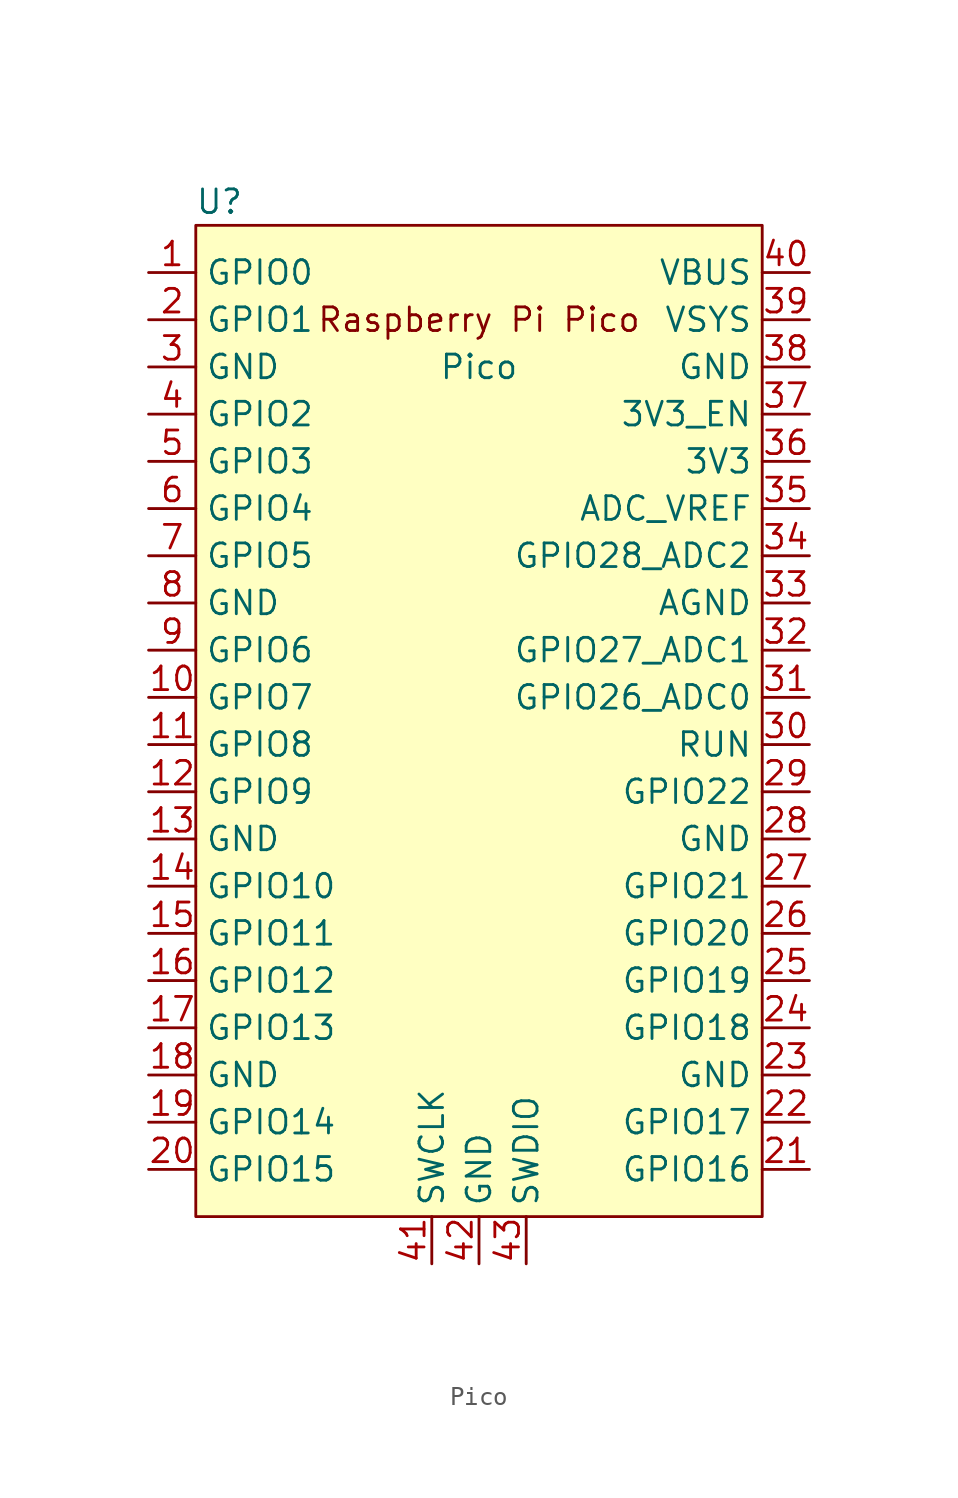
<source format=kicad_sym>
(kicad_symbol_lib
  (version 20220914)
  (generator kicad_symbol_editor)
  (symbol "Pico"
    (property "Reference" "U"
      (at -13.97 27.94 0)
      (effects (font (size 1.27 1.27))))
    (property "Value" "Pico"
      (at 0 19.05 0)
      (effects (font (size 1.27 1.27))))
    (symbol "Pico_0_0"
      (text "Raspberry Pi Pico" (at 0 21.59 0) (effects (font (size 1.27 1.27)))))
    (symbol "Pico_0_1"
      (rectangle (start -15.24 26.67) (end 15.24 -26.67) (stroke (width 0) (type default)) (fill (type background))))
    (symbol "Pico_1_1"
      (pin bidirectional line (at -17.78 24.13 0) (length 2.54) (name "GPIO0" (effects (font (size 1.27 1.27)))) (number "1" (effects (font (size 1.27 1.27)))))
      (pin bidirectional line (at -17.78 1.27 0) (length 2.54) (name "GPIO7" (effects (font (size 1.27 1.27)))) (number "10" (effects (font (size 1.27 1.27)))))
      (pin bidirectional line (at -17.78 -1.27 0) (length 2.54) (name "GPIO8" (effects (font (size 1.27 1.27)))) (number "11" (effects (font (size 1.27 1.27)))))
      (pin bidirectional line (at -17.78 -3.81 0) (length 2.54) (name "GPIO9" (effects (font (size 1.27 1.27)))) (number "12" (effects (font (size 1.27 1.27)))))
      (pin power_in line (at -17.78 -6.35 0) (length 2.54) (name "GND" (effects (font (size 1.27 1.27)))) (number "13" (effects (font (size 1.27 1.27)))))
      (pin bidirectional line (at -17.78 -8.89 0) (length 2.54) (name "GPIO10" (effects (font (size 1.27 1.27)))) (number "14" (effects (font (size 1.27 1.27)))))
      (pin bidirectional line (at -17.78 -11.43 0) (length 2.54) (name "GPIO11" (effects (font (size 1.27 1.27)))) (number "15" (effects (font (size 1.27 1.27)))))
      (pin bidirectional line (at -17.78 -13.97 0) (length 2.54) (name "GPIO12" (effects (font (size 1.27 1.27)))) (number "16" (effects (font (size 1.27 1.27)))))
      (pin bidirectional line (at -17.78 -16.51 0) (length 2.54) (name "GPIO13" (effects (font (size 1.27 1.27)))) (number "17" (effects (font (size 1.27 1.27)))))
      (pin power_in line (at -17.78 -19.05 0) (length 2.54) (name "GND" (effects (font (size 1.27 1.27)))) (number "18" (effects (font (size 1.27 1.27)))))
      (pin bidirectional line (at -17.78 -21.59 0) (length 2.54) (name "GPIO14" (effects (font (size 1.27 1.27)))) (number "19" (effects (font (size 1.27 1.27)))))
      (pin bidirectional line (at -17.78 21.59 0) (length 2.54) (name "GPIO1" (effects (font (size 1.27 1.27)))) (number "2" (effects (font (size 1.27 1.27)))))
      (pin bidirectional line (at -17.78 -24.13 0) (length 2.54) (name "GPIO15" (effects (font (size 1.27 1.27)))) (number "20" (effects (font (size 1.27 1.27)))))
      (pin bidirectional line (at 17.78 -24.13 180) (length 2.54) (name "GPIO16" (effects (font (size 1.27 1.27)))) (number "21" (effects (font (size 1.27 1.27)))))
      (pin bidirectional line (at 17.78 -21.59 180) (length 2.54) (name "GPIO17" (effects (font (size 1.27 1.27)))) (number "22" (effects (font (size 1.27 1.27)))))
      (pin power_in line (at 17.78 -19.05 180) (length 2.54) (name "GND" (effects (font (size 1.27 1.27)))) (number "23" (effects (font (size 1.27 1.27)))))
      (pin bidirectional line (at 17.78 -16.51 180) (length 2.54) (name "GPIO18" (effects (font (size 1.27 1.27)))) (number "24" (effects (font (size 1.27 1.27)))))
      (pin bidirectional line (at 17.78 -13.97 180) (length 2.54) (name "GPIO19" (effects (font (size 1.27 1.27)))) (number "25" (effects (font (size 1.27 1.27)))))
      (pin bidirectional line (at 17.78 -11.43 180) (length 2.54) (name "GPIO20" (effects (font (size 1.27 1.27)))) (number "26" (effects (font (size 1.27 1.27)))))
      (pin bidirectional line (at 17.78 -8.89 180) (length 2.54) (name "GPIO21" (effects (font (size 1.27 1.27)))) (number "27" (effects (font (size 1.27 1.27)))))
      (pin power_in line (at 17.78 -6.35 180) (length 2.54) (name "GND" (effects (font (size 1.27 1.27)))) (number "28" (effects (font (size 1.27 1.27)))))
      (pin bidirectional line (at 17.78 -3.81 180) (length 2.54) (name "GPIO22" (effects (font (size 1.27 1.27)))) (number "29" (effects (font (size 1.27 1.27)))))
      (pin power_in line (at -17.78 19.05 0) (length 2.54) (name "GND" (effects (font (size 1.27 1.27)))) (number "3" (effects (font (size 1.27 1.27)))))
      (pin input line (at 17.78 -1.27 180) (length 2.54) (name "RUN" (effects (font (size 1.27 1.27)))) (number "30" (effects (font (size 1.27 1.27)))))
      (pin bidirectional line (at 17.78 1.27 180) (length 2.54) (name "GPIO26_ADC0" (effects (font (size 1.27 1.27)))) (number "31" (effects (font (size 1.27 1.27)))))
      (pin bidirectional line (at 17.78 3.81 180) (length 2.54) (name "GPIO27_ADC1" (effects (font (size 1.27 1.27)))) (number "32" (effects (font (size 1.27 1.27)))))
      (pin power_in line (at 17.78 6.35 180) (length 2.54) (name "AGND" (effects (font (size 1.27 1.27)))) (number "33" (effects (font (size 1.27 1.27)))))
      (pin bidirectional line (at 17.78 8.89 180) (length 2.54) (name "GPIO28_ADC2" (effects (font (size 1.27 1.27)))) (number "34" (effects (font (size 1.27 1.27)))))
      (pin power_in line (at 17.78 11.43 180) (length 2.54) (name "ADC_VREF" (effects (font (size 1.27 1.27)))) (number "35" (effects (font (size 1.27 1.27)))))
      (pin power_in line (at 17.78 13.97 180) (length 2.54) (name "3V3" (effects (font (size 1.27 1.27)))) (number "36" (effects (font (size 1.27 1.27)))))
      (pin input line (at 17.78 16.51 180) (length 2.54) (name "3V3_EN" (effects (font (size 1.27 1.27)))) (number "37" (effects (font (size 1.27 1.27)))))
      (pin bidirectional line (at 17.78 19.05 180) (length 2.54) (name "GND" (effects (font (size 1.27 1.27)))) (number "38" (effects (font (size 1.27 1.27)))))
      (pin power_in line (at 17.78 21.59 180) (length 2.54) (name "VSYS" (effects (font (size 1.27 1.27)))) (number "39" (effects (font (size 1.27 1.27)))))
      (pin bidirectional line (at -17.78 16.51 0) (length 2.54) (name "GPIO2" (effects (font (size 1.27 1.27)))) (number "4" (effects (font (size 1.27 1.27)))))
      (pin power_out line (at 17.78 24.13 180) (length 2.54) (name "VBUS" (effects (font (size 1.27 1.27)))) (number "40" (effects (font (size 1.27 1.27)))))
      (pin input line (at -2.54 -29.21 90) (length 2.54) (name "SWCLK" (effects (font (size 1.27 1.27)))) (number "41" (effects (font (size 1.27 1.27)))))
      (pin power_in line (at 0 -29.21 90) (length 2.54) (name "GND" (effects (font (size 1.27 1.27)))) (number "42" (effects (font (size 1.27 1.27)))))
      (pin bidirectional line (at 2.54 -29.21 90) (length 2.54) (name "SWDIO" (effects (font (size 1.27 1.27)))) (number "43" (effects (font (size 1.27 1.27)))))
      (pin bidirectional line (at -17.78 13.97 0) (length 2.54) (name "GPIO3" (effects (font (size 1.27 1.27)))) (number "5" (effects (font (size 1.27 1.27)))))
      (pin bidirectional line (at -17.78 11.43 0) (length 2.54) (name "GPIO4" (effects (font (size 1.27 1.27)))) (number "6" (effects (font (size 1.27 1.27)))))
      (pin bidirectional line (at -17.78 8.89 0) (length 2.54) (name "GPIO5" (effects (font (size 1.27 1.27)))) (number "7" (effects (font (size 1.27 1.27)))))
      (pin power_in line (at -17.78 6.35 0) (length 2.54) (name "GND" (effects (font (size 1.27 1.27)))) (number "8" (effects (font (size 1.27 1.27)))))
      (pin bidirectional line (at -17.78 3.81 0) (length 2.54) (name "GPIO6" (effects (font (size 1.27 1.27)))) (number "9" (effects (font (size 1.27 1.27))))))))
</source>
